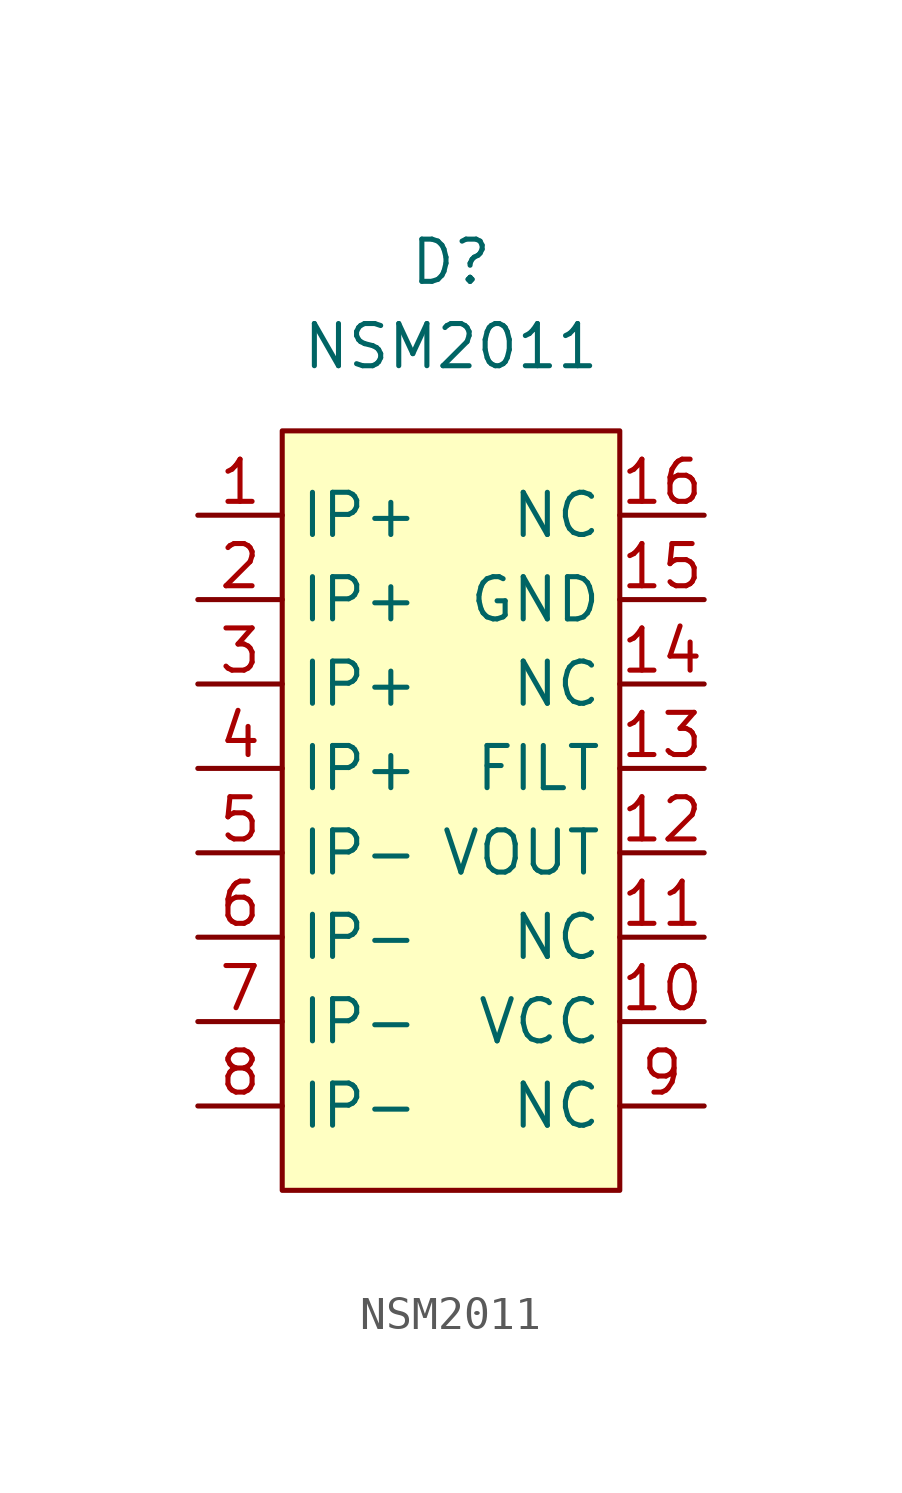
<source format=kicad_sym>
(kicad_symbol_lib
  (version 20220914)
  (generator kicad_symbol_editor)
  (symbol "NSM2011"
    (property "Reference" "D"
      (at 0 5.08 0)
      (effects (font (size 1.27 1.27))))
    (property "Value" "NSM2011"
      (at 0 2.54 0)
      (effects (font (size 1.27 1.27))))
    (symbol "NSM2011_1_1"
      (rectangle (start -5.08 0) (end 5.08 -22.86) (stroke (width 0) (type default)) (fill (type background)))
      (pin input line (at -7.62 -2.54 0) (length 2.54) (name "IP+" (effects (font (size 1.27 1.27)))) (number "1" (effects (font (size 1.27 1.27)))))
      (pin input line (at 7.62 -17.78 180) (length 2.54) (name "VCC" (effects (font (size 1.27 1.27)))) (number "10" (effects (font (size 1.27 1.27)))))
      (pin input line (at 7.62 -15.24 180) (length 2.54) (name "NC" (effects (font (size 1.27 1.27)))) (number "11" (effects (font (size 1.27 1.27)))))
      (pin input line (at 7.62 -12.7 180) (length 2.54) (name "VOUT" (effects (font (size 1.27 1.27)))) (number "12" (effects (font (size 1.27 1.27)))))
      (pin input line (at 7.62 -10.16 180) (length 2.54) (name "FILT" (effects (font (size 1.27 1.27)))) (number "13" (effects (font (size 1.27 1.27)))))
      (pin input line (at 7.62 -7.62 180) (length 2.54) (name "NC" (effects (font (size 1.27 1.27)))) (number "14" (effects (font (size 1.27 1.27)))))
      (pin input line (at 7.62 -5.08 180) (length 2.54) (name "GND" (effects (font (size 1.27 1.27)))) (number "15" (effects (font (size 1.27 1.27)))))
      (pin input line (at 7.62 -2.54 180) (length 2.54) (name "NC" (effects (font (size 1.27 1.27)))) (number "16" (effects (font (size 1.27 1.27)))))
      (pin input line (at -7.62 -5.08 0) (length 2.54) (name "IP+" (effects (font (size 1.27 1.27)))) (number "2" (effects (font (size 1.27 1.27)))))
      (pin input line (at -7.62 -7.62 0) (length 2.54) (name "IP+" (effects (font (size 1.27 1.27)))) (number "3" (effects (font (size 1.27 1.27)))))
      (pin input line (at -7.62 -10.16 0) (length 2.54) (name "IP+" (effects (font (size 1.27 1.27)))) (number "4" (effects (font (size 1.27 1.27)))))
      (pin input line (at -7.62 -12.7 0) (length 2.54) (name "IP-" (effects (font (size 1.27 1.27)))) (number "5" (effects (font (size 1.27 1.27)))))
      (pin input line (at -7.62 -15.24 0) (length 2.54) (name "IP-" (effects (font (size 1.27 1.27)))) (number "6" (effects (font (size 1.27 1.27)))))
      (pin input line (at -7.62 -17.78 0) (length 2.54) (name "IP-" (effects (font (size 1.27 1.27)))) (number "7" (effects (font (size 1.27 1.27)))))
      (pin input line (at -7.62 -20.32 0) (length 2.54) (name "IP-" (effects (font (size 1.27 1.27)))) (number "8" (effects (font (size 1.27 1.27)))))
      (pin input line (at 7.62 -20.32 180) (length 2.54) (name "NC" (effects (font (size 1.27 1.27)))) (number "9" (effects (font (size 1.27 1.27))))))))
</source>
